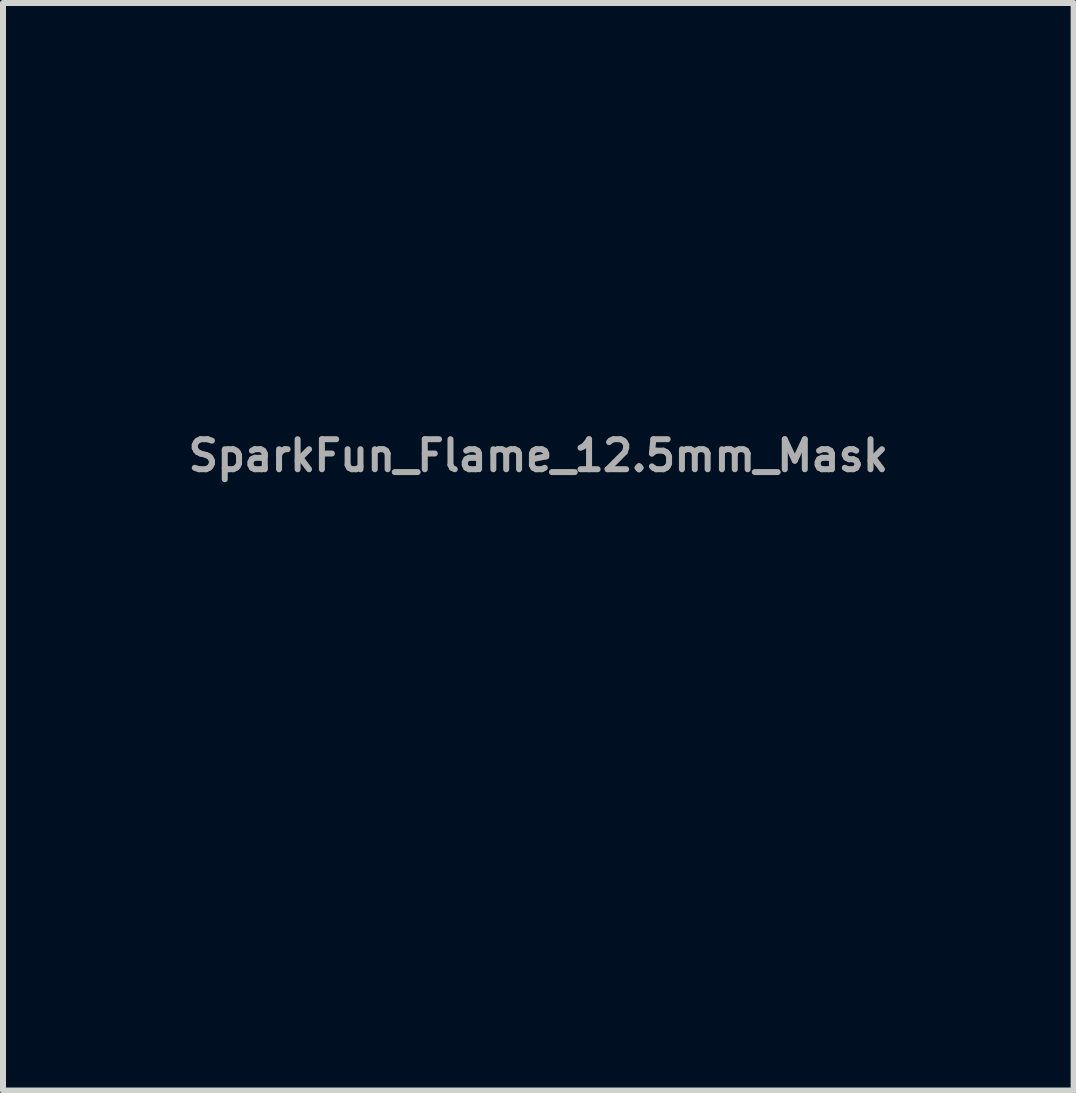
<source format=kicad_pcb>
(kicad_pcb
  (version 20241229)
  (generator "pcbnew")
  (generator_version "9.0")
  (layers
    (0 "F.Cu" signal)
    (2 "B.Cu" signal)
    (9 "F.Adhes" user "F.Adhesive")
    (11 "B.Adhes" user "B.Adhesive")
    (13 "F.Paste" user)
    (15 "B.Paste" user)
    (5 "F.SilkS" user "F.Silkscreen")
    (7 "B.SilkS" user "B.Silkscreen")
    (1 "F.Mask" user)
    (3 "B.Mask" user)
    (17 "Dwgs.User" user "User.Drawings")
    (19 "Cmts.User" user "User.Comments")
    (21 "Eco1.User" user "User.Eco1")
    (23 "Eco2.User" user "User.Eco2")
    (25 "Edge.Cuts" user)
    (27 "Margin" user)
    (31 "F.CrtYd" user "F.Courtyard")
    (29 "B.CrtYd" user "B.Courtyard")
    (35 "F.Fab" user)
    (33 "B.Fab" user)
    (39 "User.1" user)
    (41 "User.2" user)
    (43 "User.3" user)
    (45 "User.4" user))
  (footprint "SparkFun_Flame_12.5mm_Mask"
    (layer "F.Cu")
    (at 7.408 6.062)
    (property "Reference" "SparkFun_Flame_12.5mm_Mask" (at -1.486 -1.518 0) (layer "F.Fab") (effects (font (size 0.5 0.5) (thickness 0.1))))
    (attr board_only exclude_from_pos_files exclude_from_bom)
    (fp_poly (pts (xy 0.493 -6.061) (xy 0.613 -6.053) (xy 0.729 -6.039) (xy 0.842 -6.019) (xy 0.952 -5.994) (xy 1.058 -5.965) (xy 1.16 -5.933) (xy 1.257 -5.897) (xy 1.35 -5.86) (xy 1.439 -5.82) (xy 1.522 -5.78) (xy 1.673 -5.698) (xy 1.8 -5.62) (xy 1.903 -5.551) (xy 1.979 -5.495) (xy 2.042 -5.444) (xy 2.008 -5.451) (xy 1.916 -5.466) (xy 1.851 -5.473) (xy 1.777 -5.479) (xy 1.694 -5.481) (xy 1.604 -5.478) (xy 1.509 -5.47) (xy 1.411 -5.454) (xy 1.31 -5.43) (xy 1.26 -5.415) (xy 1.209 -5.397) (xy 1.159 -5.376) (xy 1.109 -5.353) (xy 1.06 -5.326) (xy 1.012 -5.296) (xy 0.965 -5.263) (xy 0.919 -5.226) (xy 0.874 -5.186) (xy 0.832 -5.142) (xy 0.779 -5.08) (xy 0.732 -5.018) (xy 0.692 -4.954) (xy 0.658 -4.889) (xy 0.644 -4.856) (xy 0.631 -4.823) (xy 0.621 -4.789) (xy 0.612 -4.755) (xy 0.605 -4.721) (xy 0.6 -4.686) (xy 0.596 -4.651) (xy 0.595 -4.616) (xy 0.596 -4.58) (xy 0.599 -4.544) (xy 0.604 -4.507) (xy 0.61 -4.47) (xy 0.619 -4.432) (xy 0.631 -4.394) (xy 0.644 -4.355) (xy 0.66 -4.316) (xy 0.677 -4.276) (xy 0.698 -4.236) (xy 0.72 -4.196) (xy 0.745 -4.154) (xy 0.772 -4.113) (xy 0.802 -4.07) (xy 0.868 -3.984) (xy 0.93 -3.914) (xy 0.998 -3.844) (xy 1.071 -3.775) (xy 1.15 -3.708) (xy 1.232 -3.644) (xy 1.318 -3.583) (xy 1.406 -3.526) (xy 1.495 -3.473) (xy 1.586 -3.426) (xy 1.676 -3.385) (xy 1.766 -3.35) (xy 1.854 -3.322) (xy 1.94 -3.302) (xy 1.982 -3.296) (xy 2.023 -3.291) (xy 2.063 -3.289) (xy 2.102 -3.289) (xy 2.139 -3.291) (xy 2.176 -3.297) (xy 2.225 -3.308) (xy 2.27 -3.322) (xy 2.312 -3.34) (xy 2.349 -3.361) (xy 2.383 -3.384) (xy 2.414 -3.41) (xy 2.441 -3.438) (xy 2.466 -3.468) (xy 2.487 -3.5) (xy 2.506 -3.533) (xy 2.522 -3.567) (xy 2.536 -3.602) (xy 2.547 -3.638) (xy 2.556 -3.675) (xy 2.564 -3.711) (xy 2.57 -3.748) (xy 2.576 -3.82) (xy 2.578 -3.888) (xy 2.575 -3.952) (xy 2.571 -4.008) (xy 2.565 -4.056) (xy 2.559 -4.092) (xy 2.552 -4.124) (xy 2.653 -4.085) (xy 2.754 -4.033) (xy 2.855 -3.97) (xy 2.955 -3.895) (xy 3.151 -3.711) (xy 3.338 -3.486) (xy 3.512 -3.223) (xy 3.668 -2.927) (xy 3.802 -2.6) (xy 3.909 -2.246) (xy 3.984 -1.87) (xy 4.009 -1.674) (xy 4.025 -1.474) (xy 4.03 -1.27) (xy 4.025 -1.062) (xy 4.009 -0.852) (xy 3.981 -0.639) (xy 3.941 -0.424) (xy 3.889 -0.207) (xy 3.823 0.011) (xy 3.743 0.229) (xy 3.649 0.448) (xy 3.54 0.667) (xy 3.415 0.885) (xy 3.275 1.102) (xy 3.115 1.321) (xy 2.946 1.529) (xy 2.768 1.725) (xy 2.581 1.909) (xy 2.383 2.08) (xy 2.177 2.238) (xy 1.96 2.382) (xy 1.733 2.51) (xy 1.497 2.624) (xy 1.25 2.722) (xy 0.993 2.803) (xy 0.726 2.867) (xy 0.448 2.914) (xy 0.16 2.943) (xy -0.139 2.952) (xy -0.449 2.943) (xy -0.531 2.938) (xy -0.61 2.937) (xy -0.686 2.94) (xy -0.761 2.947) (xy -0.833 2.958) (xy -0.903 2.972) (xy -0.971 2.991) (xy -1.038 3.013) (xy -1.103 3.038) (xy -1.167 3.067) (xy -1.229 3.099) (xy -1.291 3.135) (xy -1.412 3.215) (xy -1.532 3.308) (xy -1.651 3.413) (xy -1.772 3.529) (xy -1.895 3.656) (xy -2.022 3.792) (xy -2.599 4.427) (xy -2.882 4.734) (xy -3.147 5.03) (xy -3.39 5.307) (xy -3.603 5.554) (xy -3.779 5.762) (xy -3.913 5.923) (xy -4.028 6.062) (xy -4.028 -0.042) (xy -4.03 -0.163) (xy -4.029 -0.28) (xy -4.025 -0.392) (xy -4.018 -0.5) (xy -4.008 -0.603) (xy -3.995 -0.702) (xy -3.979 -0.798) (xy -3.96 -0.889) (xy -3.939 -0.976) (xy -3.915 -1.06) (xy -3.889 -1.14) (xy -3.86 -1.216) (xy -3.829 -1.289) (xy -3.796 -1.358) (xy -3.76 -1.424) (xy -3.723 -1.487) (xy -3.683 -1.546) (xy -3.642 -1.603) (xy -3.599 -1.656) (xy -3.554 -1.707) (xy -3.507 -1.755) (xy -3.459 -1.8) (xy -3.409 -1.842) (xy -3.358 -1.882) (xy -3.306 -1.92) (xy -3.252 -1.955) (xy -3.198 -1.988) (xy -3.142 -2.019) (xy -3.027 -2.075) (xy -2.91 -2.124) (xy -2.844 -2.147) (xy -2.778 -2.168) (xy -2.714 -2.186) (xy -2.65 -2.201) (xy -2.587 -2.214) (xy -2.526 -2.225) (xy -2.465 -2.233) (xy -2.406 -2.24) (xy -2.348 -2.244) (xy -2.292 -2.247) (xy -2.237 -2.248) (xy -2.184 -2.248) (xy -2.133 -2.246) (xy -2.083 -2.244) (xy -1.989 -2.235) (xy -1.904 -2.223) (xy -1.828 -2.209) (xy -1.761 -2.194) (xy -1.705 -2.18) (xy -1.66 -2.167) (xy -1.627 -2.156) (xy -1.6 -2.146) (xy -1.684 -2.112) (xy -1.773 -2.07) (xy -1.825 -2.043) (xy -1.881 -2.013) (xy -1.937 -1.979) (xy -1.995 -1.942) (xy -2.051 -1.901) (xy -2.105 -1.857) (xy -2.156 -1.81) (xy -2.18 -1.785) (xy -2.202 -1.759) (xy -2.223 -1.733) (xy -2.242 -1.706) (xy -2.26 -1.678) (xy -2.275 -1.65) (xy -2.29 -1.615) (xy -2.302 -1.58) (xy -2.312 -1.543) (xy -2.318 -1.506) (xy -2.322 -1.467) (xy -2.323 -1.428) (xy -2.322 -1.389) (xy -2.318 -1.349) (xy -2.311 -1.309) (xy -2.301 -1.268) (xy -2.289 -1.228) (xy -2.274 -1.188) (xy -2.256 -1.148) (xy -2.236 -1.108) (xy -2.213 -1.069) (xy -2.187 -1.031) (xy -2.159 -0.993) (xy -2.128 -0.956) (xy -2.095 -0.921) (xy -2.058 -0.886) (xy -2.02 -0.853) (xy -1.978 -0.821) (xy -1.934 -0.791) (xy -1.888 -0.763) (xy -1.838 -0.736) (xy -1.787 -0.712) (xy -1.732 -0.689) (xy -1.675 -0.669) (xy -1.616 -0.651) (xy -1.554 -0.635) (xy -1.489 -0.623) (xy -1.422 -0.612) (xy -1.323 -0.603) (xy -1.225 -0.6) (xy -1.13 -0.604) (xy -1.036 -0.614) (xy -0.946 -0.63) (xy -0.857 -0.652) (xy -0.773 -0.68) (xy -0.691 -0.713) (xy -0.613 -0.751) (xy -0.54 -0.793) (xy -0.471 -0.841) (xy -0.406 -0.893) (xy -0.346 -0.949) (xy -0.292 -1.009) (xy -0.243 -1.072) (xy -0.201 -1.139) (xy -0.164 -1.21) (xy -0.134 -1.283) (xy -0.111 -1.359) (xy -0.095 -1.437) (xy -0.086 -1.518) (xy -0.085 -1.601) (xy -0.093 -1.686) (xy -0.108 -1.772) (xy -0.132 -1.86) (xy -0.166 -1.948) (xy -0.208 -2.038) (xy -0.26 -2.128) (xy -0.322 -2.219) (xy -0.395 -2.31) (xy -0.477 -2.4) (xy -0.571 -2.491) (xy -0.781 -2.692) (xy -0.971 -2.896) (xy -1.058 -2.999) (xy -1.14 -3.102) (xy -1.216 -3.206) (xy -1.286 -3.31) (xy -1.35 -3.414) (xy -1.409 -3.518) (xy -1.46 -3.623) (xy -1.506 -3.727) (xy -1.545 -3.831) (xy -1.577 -3.935) (xy -1.602 -4.039) (xy -1.62 -4.142) (xy -1.631 -4.245) (xy -1.634 -4.347) (xy -1.63 -4.448) (xy -1.618 -4.549) (xy -1.599 -4.649) (xy -1.571 -4.748) (xy -1.535 -4.846) (xy -1.491 -4.942) (xy -1.438 -5.038) (xy -1.376 -5.132) (xy -1.306 -5.225) (xy -1.227 -5.317) (xy -1.138 -5.407) (xy -1.041 -5.495) (xy -0.933 -5.582) (xy -0.816 -5.667) (xy -0.68 -5.754) (xy -0.544 -5.83) (xy -0.409 -5.894) (xy -0.275 -5.946) (xy -0.142 -5.988) (xy -0.011 -6.02) (xy 0.118 -6.042) (xy 0.246 -6.056) (xy 0.371 -6.062)) (stroke (width -0.000001) (type solid)) (fill yes) (layer "F.Mask")))
  (gr_rect
    (start -3 -3)
    (end 14.843 15.125)
    (stroke (width 0.1) (type default))
    (fill no)
    (layer "Edge.Cuts")))
</source>
